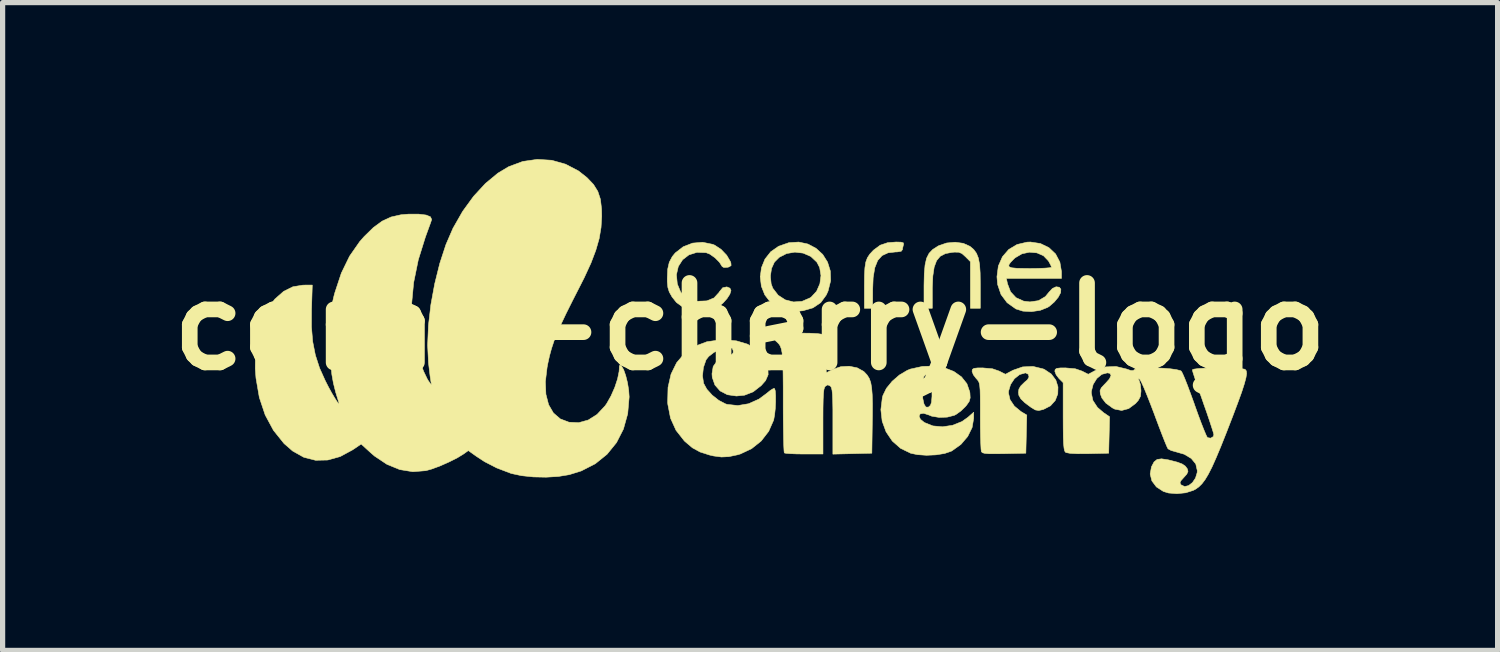
<source format=kicad_pcb>
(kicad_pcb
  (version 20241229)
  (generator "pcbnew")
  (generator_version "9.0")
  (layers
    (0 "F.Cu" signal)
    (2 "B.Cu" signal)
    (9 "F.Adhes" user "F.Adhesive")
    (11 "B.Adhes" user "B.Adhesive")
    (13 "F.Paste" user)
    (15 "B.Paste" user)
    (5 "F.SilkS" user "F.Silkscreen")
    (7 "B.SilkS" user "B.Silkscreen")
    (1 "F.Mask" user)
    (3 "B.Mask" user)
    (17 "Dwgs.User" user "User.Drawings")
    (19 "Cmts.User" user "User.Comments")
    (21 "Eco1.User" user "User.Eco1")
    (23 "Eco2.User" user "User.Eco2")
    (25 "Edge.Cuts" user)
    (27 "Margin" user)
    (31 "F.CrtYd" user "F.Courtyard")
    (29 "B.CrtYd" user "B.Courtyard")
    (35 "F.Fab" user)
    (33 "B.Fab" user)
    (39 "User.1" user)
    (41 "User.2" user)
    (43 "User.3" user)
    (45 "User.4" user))
  (footprint "corne-cherry-logo"
    (layer "F.Cu")
    (at 11.328 3.208)
    (property "Reference" "corne-cherry-logo" (at 0 0 0) (layer "F.SilkS") (effects (font (size 1.524 1.524) (thickness 0.3))))
    (attr through_hole)
    (fp_poly (pts (xy 2.894 -1.616) (xy 2.938 -1.603) (xy 2.943 -1.577) (xy 2.94 -1.569) (xy 2.923 -1.498) (xy 2.921 -1.474) (xy 2.897 -1.442) (xy 2.819 -1.429) (xy 2.792 -1.429) (xy 2.644 -1.412) (xy 2.53 -1.359) (xy 2.446 -1.265) (xy 2.39 -1.125) (xy 2.359 -0.934) (xy 2.35 -0.706) (xy 2.349 -0.349) (xy 2.191 -0.349) (xy 2.191 -0.779) (xy 2.193 -0.978) (xy 2.201 -1.125) (xy 2.218 -1.234) (xy 2.249 -1.317) (xy 2.295 -1.387) (xy 2.36 -1.457) (xy 2.37 -1.466) (xy 2.494 -1.558) (xy 2.636 -1.606) (xy 2.799 -1.619) (xy 2.894 -1.616)) (stroke (width 0.01) (type solid)) (fill yes) (layer "F.SilkS"))
    (fp_poly (pts (xy 4.086 -1.594) (xy 4.211 -1.538) (xy 4.215 -1.536) (xy 4.288 -1.474) (xy 4.34 -1.402) (xy 4.376 -1.311) (xy 4.399 -1.19) (xy 4.41 -1.026) (xy 4.413 -0.811) (xy 4.413 -0.802) (xy 4.413 -0.349) (xy 4.223 -0.349) (xy 4.223 -1.243) (xy 4.126 -1.34) (xy 4.061 -1.398) (xy 4 -1.423) (xy 3.917 -1.425) (xy 3.871 -1.421) (xy 3.743 -1.397) (xy 3.645 -1.346) (xy 3.575 -1.262) (xy 3.529 -1.139) (xy 3.503 -0.968) (xy 3.493 -0.744) (xy 3.493 -0.691) (xy 3.493 -0.349) (xy 3.334 -0.349) (xy 3.334 -0.786) (xy 3.339 -1.009) (xy 3.354 -1.179) (xy 3.383 -1.307) (xy 3.431 -1.402) (xy 3.501 -1.476) (xy 3.598 -1.538) (xy 3.62 -1.55) (xy 3.767 -1.6) (xy 3.93 -1.615) (xy 4.086 -1.594)) (stroke (width 0.01) (type solid)) (fill yes) (layer "F.SilkS"))
    (fp_poly (pts (xy 1.109 -1.58) (xy 1.264 -1.498) (xy 1.392 -1.381) (xy 1.485 -1.233) (xy 1.538 -1.063) (xy 1.544 -0.876) (xy 1.495 -0.68) (xy 1.46 -0.603) (xy 1.354 -0.457) (xy 1.205 -0.357) (xy 1.014 -0.302) (xy 0.908 -0.292) (xy 0.768 -0.291) (xy 0.666 -0.305) (xy 0.574 -0.338) (xy 0.546 -0.352) (xy 0.392 -0.462) (xy 0.282 -0.606) (xy 0.216 -0.772) (xy 0.195 -0.949) (xy 0.197 -0.964) (xy 0.389 -0.964) (xy 0.404 -0.817) (xy 0.435 -0.733) (xy 0.538 -0.599) (xy 0.675 -0.51) (xy 0.832 -0.47) (xy 0.994 -0.481) (xy 1.149 -0.548) (xy 1.172 -0.564) (xy 1.275 -0.675) (xy 1.338 -0.819) (xy 1.359 -0.976) (xy 1.334 -1.129) (xy 1.28 -1.233) (xy 1.164 -1.342) (xy 1.018 -1.406) (xy 0.859 -1.425) (xy 0.7 -1.398) (xy 0.559 -1.326) (xy 0.466 -1.233) (xy 0.411 -1.112) (xy 0.389 -0.964) (xy 0.197 -0.964) (xy 0.218 -1.126) (xy 0.285 -1.291) (xy 0.396 -1.432) (xy 0.546 -1.537) (xy 0.743 -1.606) (xy 0.933 -1.618) (xy 1.109 -1.58)) (stroke (width 0.01) (type solid)) (fill yes) (layer "F.SilkS"))
    (fp_poly (pts (xy -0.719 -1.575) (xy -0.679 -1.559) (xy -0.556 -1.478) (xy -0.448 -1.365) (xy -0.376 -1.241) (xy -0.368 -1.218) (xy -0.364 -1.167) (xy -0.405 -1.141) (xy -0.436 -1.134) (xy -0.503 -1.131) (xy -0.535 -1.149) (xy -0.588 -1.232) (xy -0.674 -1.318) (xy -0.772 -1.387) (xy -0.844 -1.415) (xy -1.019 -1.421) (xy -1.172 -1.373) (xy -1.293 -1.28) (xy -1.376 -1.15) (xy -1.412 -0.992) (xy -1.395 -0.814) (xy -1.395 -0.814) (xy -1.33 -0.658) (xy -1.226 -0.552) (xy -1.08 -0.494) (xy -1.006 -0.483) (xy -0.829 -0.491) (xy -0.692 -0.547) (xy -0.597 -0.65) (xy -0.587 -0.667) (xy -0.524 -0.743) (xy -0.445 -0.759) (xy -0.386 -0.734) (xy -0.366 -0.689) (xy -0.388 -0.619) (xy -0.442 -0.535) (xy -0.519 -0.449) (xy -0.609 -0.374) (xy -0.703 -0.322) (xy -0.709 -0.32) (xy -0.859 -0.288) (xy -1.032 -0.291) (xy -1.198 -0.327) (xy -1.266 -0.355) (xy -1.412 -0.461) (xy -1.496 -0.567) (xy -1.549 -0.661) (xy -1.576 -0.748) (xy -1.587 -0.859) (xy -1.587 -0.925) (xy -1.579 -1.1) (xy -1.549 -1.231) (xy -1.492 -1.339) (xy -1.435 -1.409) (xy -1.282 -1.528) (xy -1.102 -1.598) (xy -0.909 -1.614) (xy -0.719 -1.575)) (stroke (width 0.01) (type solid)) (fill yes) (layer "F.SilkS"))
    (fp_poly (pts (xy 5.565 -1.59) (xy 5.728 -1.511) (xy 5.856 -1.39) (xy 5.938 -1.234) (xy 5.969 -1.051) (xy 5.969 -1.046) (xy 5.969 -0.921) (xy 4.913 -0.921) (xy 4.934 -0.819) (xy 4.993 -0.665) (xy 5.098 -0.552) (xy 5.243 -0.486) (xy 5.364 -0.471) (xy 5.528 -0.495) (xy 5.66 -0.573) (xy 5.73 -0.658) (xy 5.795 -0.728) (xy 5.866 -0.761) (xy 5.928 -0.752) (xy 5.957 -0.715) (xy 5.953 -0.648) (xy 5.907 -0.561) (xy 5.832 -0.47) (xy 5.739 -0.389) (xy 5.702 -0.365) (xy 5.56 -0.309) (xy 5.394 -0.285) (xy 5.23 -0.294) (xy 5.096 -0.336) (xy 4.927 -0.456) (xy 4.81 -0.613) (xy 4.745 -0.804) (xy 4.732 -0.953) (xy 4.759 -1.16) (xy 4.768 -1.179) (xy 4.959 -1.179) (xy 4.964 -1.145) (xy 5.015 -1.125) (xy 5.116 -1.115) (xy 5.272 -1.112) (xy 5.366 -1.111) (xy 5.519 -1.113) (xy 5.647 -1.118) (xy 5.737 -1.125) (xy 5.777 -1.133) (xy 5.778 -1.135) (xy 5.763 -1.176) (xy 5.726 -1.245) (xy 5.717 -1.259) (xy 5.624 -1.356) (xy 5.498 -1.411) (xy 5.355 -1.424) (xy 5.211 -1.393) (xy 5.081 -1.317) (xy 5.06 -1.298) (xy 4.992 -1.228) (xy 4.959 -1.179) (xy 4.768 -1.179) (xy 4.837 -1.336) (xy 4.958 -1.476) (xy 5.117 -1.571) (xy 5.307 -1.616) (xy 5.373 -1.619) (xy 5.565 -1.59)) (stroke (width 0.01) (type solid)) (fill yes) (layer "F.SilkS"))
    (fp_poly (pts (xy 5.617 0.813) (xy 5.643 0.824) (xy 5.774 0.912) (xy 5.861 1.028) (xy 5.902 1.159) (xy 5.898 1.293) (xy 5.85 1.418) (xy 5.758 1.521) (xy 5.623 1.59) (xy 5.62 1.591) (xy 5.533 1.611) (xy 5.468 1.6) (xy 5.392 1.555) (xy 5.267 1.462) (xy 5.19 1.387) (xy 5.152 1.32) (xy 5.144 1.264) (xy 5.153 1.2) (xy 5.189 1.14) (xy 5.263 1.067) (xy 5.315 1.024) (xy 5.347 0.969) (xy 5.333 0.916) (xy 5.28 0.89) (xy 5.275 0.89) (xy 5.166 0.922) (xy 5.067 1.001) (xy 4.993 1.112) (xy 4.955 1.239) (xy 4.953 1.276) (xy 4.983 1.403) (xy 5.066 1.527) (xy 5.194 1.632) (xy 5.211 1.642) (xy 5.304 1.698) (xy 5.286 2.429) (xy 4.869 2.438) (xy 4.697 2.44) (xy 4.577 2.439) (xy 4.501 2.433) (xy 4.457 2.421) (xy 4.436 2.403) (xy 4.433 2.395) (xy 4.427 2.349) (xy 4.422 2.25) (xy 4.417 2.108) (xy 4.414 1.935) (xy 4.413 1.74) (xy 4.413 1.71) (xy 4.413 1.495) (xy 4.412 1.334) (xy 4.409 1.218) (xy 4.402 1.137) (xy 4.392 1.083) (xy 4.376 1.047) (xy 4.354 1.018) (xy 4.334 0.997) (xy 4.28 0.926) (xy 4.255 0.86) (xy 4.255 0.856) (xy 4.262 0.822) (xy 4.292 0.803) (xy 4.36 0.795) (xy 4.454 0.794) (xy 4.647 0.811) (xy 4.774 0.855) (xy 4.894 0.916) (xy 5.04 0.839) (xy 5.224 0.775) (xy 5.423 0.766) (xy 5.617 0.813)) (stroke (width 0.01) (type solid)) (fill yes) (layer "F.SilkS"))
    (fp_poly (pts (xy 3.726 0.792) (xy 3.905 0.862) (xy 4.051 0.965) (xy 4.156 1.097) (xy 4.211 1.255) (xy 4.214 1.277) (xy 4.219 1.369) (xy 4.2 1.437) (xy 4.149 1.51) (xy 4.124 1.539) (xy 4.039 1.621) (xy 3.948 1.686) (xy 3.915 1.703) (xy 3.778 1.738) (xy 3.623 1.743) (xy 3.481 1.719) (xy 3.425 1.696) (xy 3.326 1.664) (xy 3.261 1.675) (xy 3.239 1.717) (xy 3.265 1.779) (xy 3.341 1.841) (xy 3.504 1.906) (xy 3.69 1.923) (xy 3.881 1.894) (xy 4.06 1.823) (xy 4.175 1.742) (xy 4.286 1.644) (xy 4.286 1.76) (xy 4.256 1.937) (xy 4.171 2.109) (xy 4.041 2.261) (xy 3.872 2.382) (xy 3.858 2.39) (xy 3.73 2.434) (xy 3.564 2.461) (xy 3.382 2.469) (xy 3.208 2.457) (xy 3.079 2.43) (xy 2.885 2.336) (xy 2.726 2.196) (xy 2.607 2.02) (xy 2.532 1.816) (xy 2.507 1.595) (xy 2.535 1.366) (xy 2.547 1.321) (xy 2.598 1.217) (xy 3.302 1.217) (xy 3.31 1.377) (xy 3.334 1.488) (xy 3.37 1.545) (xy 3.419 1.546) (xy 3.458 1.511) (xy 3.478 1.451) (xy 3.487 1.339) (xy 3.486 1.221) (xy 3.478 1.088) (xy 3.463 1.004) (xy 3.44 0.957) (xy 3.42 0.94) (xy 3.367 0.925) (xy 3.331 0.96) (xy 3.31 1.049) (xy 3.303 1.196) (xy 3.302 1.217) (xy 2.598 1.217) (xy 2.613 1.186) (xy 2.724 1.05) (xy 2.863 0.93) (xy 3.013 0.841) (xy 3.075 0.816) (xy 3.303 0.766) (xy 3.522 0.759) (xy 3.726 0.792)) (stroke (width 0.01) (type solid)) (fill yes) (layer "F.SilkS"))
    (fp_poly (pts (xy 1.141 0.129) (xy 1.292 0.137) (xy 1.386 0.15) (xy 1.422 0.165) (xy 1.442 0.22) (xy 1.455 0.335) (xy 1.46 0.508) (xy 1.46 0.546) (xy 1.46 0.888) (xy 1.589 0.821) (xy 1.739 0.771) (xy 1.901 0.762) (xy 2.054 0.793) (xy 2.178 0.862) (xy 2.191 0.874) (xy 2.243 0.93) (xy 2.283 0.993) (xy 2.312 1.071) (xy 2.33 1.173) (xy 2.341 1.308) (xy 2.346 1.486) (xy 2.345 1.715) (xy 2.343 1.81) (xy 2.334 2.429) (xy 1.961 2.438) (xy 1.587 2.447) (xy 1.587 1.815) (xy 1.587 1.592) (xy 1.584 1.425) (xy 1.579 1.305) (xy 1.571 1.224) (xy 1.559 1.174) (xy 1.544 1.147) (xy 1.54 1.143) (xy 1.489 1.119) (xy 1.445 1.143) (xy 1.428 1.167) (xy 1.415 1.211) (xy 1.407 1.285) (xy 1.401 1.397) (xy 1.398 1.554) (xy 1.397 1.765) (xy 1.397 1.814) (xy 1.397 2.445) (xy 1.037 2.445) (xy 0.892 2.443) (xy 0.771 2.438) (xy 0.687 2.431) (xy 0.656 2.424) (xy 0.651 2.388) (xy 0.646 2.296) (xy 0.642 2.157) (xy 0.639 1.978) (xy 0.636 1.768) (xy 0.635 1.534) (xy 0.635 1.437) (xy 0.635 1.152) (xy 0.633 0.923) (xy 0.63 0.743) (xy 0.623 0.605) (xy 0.613 0.502) (xy 0.598 0.428) (xy 0.578 0.374) (xy 0.551 0.334) (xy 0.518 0.3) (xy 0.498 0.284) (xy 0.453 0.222) (xy 0.454 0.18) (xy 0.47 0.159) (xy 0.504 0.144) (xy 0.566 0.135) (xy 0.667 0.129) (xy 0.815 0.127) (xy 0.929 0.127) (xy 1.141 0.129)) (stroke (width 0.01) (type solid)) (fill yes) (layer "F.SilkS"))
    (fp_poly (pts (xy -0.26 0.276) (xy -0.049 0.339) (xy 0.122 0.439) (xy 0.248 0.574) (xy 0.289 0.647) (xy 0.342 0.8) (xy 0.346 0.925) (xy 0.297 1.037) (xy 0.214 1.132) (xy 0.059 1.253) (xy -0.105 1.317) (xy -0.262 1.333) (xy -0.435 1.308) (xy -0.575 1.235) (xy -0.674 1.122) (xy -0.725 0.976) (xy -0.73 0.906) (xy -0.707 0.767) (xy -0.634 0.664) (xy -0.509 0.592) (xy -0.446 0.572) (xy -0.362 0.544) (xy -0.326 0.511) (xy -0.323 0.467) (xy -0.341 0.419) (xy -0.388 0.404) (xy -0.442 0.406) (xy -0.566 0.435) (xy -0.691 0.496) (xy -0.794 0.575) (xy -0.844 0.639) (xy -0.895 0.787) (xy -0.912 0.947) (xy -0.891 1.09) (xy -0.829 1.203) (xy -0.725 1.318) (xy -0.599 1.417) (xy -0.47 1.484) (xy -0.442 1.493) (xy -0.236 1.516) (xy -0.028 1.481) (xy 0.172 1.391) (xy 0.315 1.285) (xy 0.39 1.224) (xy 0.447 1.19) (xy 0.469 1.189) (xy 0.483 1.235) (xy 0.489 1.327) (xy 0.489 1.445) (xy 0.483 1.574) (xy 0.47 1.694) (xy 0.453 1.788) (xy 0.451 1.796) (xy 0.357 2.009) (xy 0.213 2.195) (xy 0.028 2.343) (xy -0.187 2.444) (xy -0.241 2.46) (xy -0.407 2.495) (xy -0.548 2.502) (xy -0.699 2.482) (xy -0.778 2.464) (xy -0.959 2.406) (xy -1.105 2.326) (xy -1.246 2.207) (xy -1.263 2.19) (xy -1.42 1.99) (xy -1.525 1.758) (xy -1.577 1.49) (xy -1.58 1.455) (xy -1.573 1.168) (xy -1.515 0.913) (xy -1.408 0.695) (xy -1.256 0.516) (xy -1.062 0.381) (xy -0.829 0.293) (xy -0.561 0.255) (xy -0.503 0.254) (xy -0.26 0.276)) (stroke (width 0.01) (type solid)) (fill yes) (layer "F.SilkS"))
    (fp_poly (pts (xy -3.803 -3.186) (xy -3.537 -3.111) (xy -3.288 -2.981) (xy -3.126 -2.853) (xy -3.002 -2.723) (xy -2.919 -2.59) (xy -2.869 -2.439) (xy -2.847 -2.253) (xy -2.844 -2.111) (xy -2.857 -1.897) (xy -2.893 -1.684) (xy -2.957 -1.461) (xy -3.05 -1.216) (xy -3.178 -0.938) (xy -3.259 -0.778) (xy -3.406 -0.49) (xy -3.526 -0.25) (xy -3.622 -0.047) (xy -3.699 0.127) (xy -3.759 0.28) (xy -3.806 0.421) (xy -3.844 0.56) (xy -3.876 0.705) (xy -3.891 0.784) (xy -3.924 1.059) (xy -3.914 1.299) (xy -3.862 1.5) (xy -3.77 1.658) (xy -3.638 1.772) (xy -3.472 1.835) (xy -3.285 1.844) (xy -3.102 1.793) (xy -2.933 1.686) (xy -2.783 1.526) (xy -2.749 1.479) (xy -2.667 1.334) (xy -2.594 1.169) (xy -2.54 1.005) (xy -2.511 0.864) (xy -2.508 0.82) (xy -2.505 0.753) (xy -2.489 0.741) (xy -2.462 0.763) (xy -2.423 0.83) (xy -2.384 0.942) (xy -2.35 1.078) (xy -2.327 1.221) (xy -2.318 1.35) (xy -2.346 1.673) (xy -2.428 1.967) (xy -2.561 2.227) (xy -2.742 2.45) (xy -2.968 2.632) (xy -3.236 2.769) (xy -3.468 2.841) (xy -3.675 2.875) (xy -3.91 2.889) (xy -4.153 2.884) (xy -4.381 2.86) (xy -4.572 2.819) (xy -4.588 2.814) (xy -4.856 2.712) (xy -5.089 2.592) (xy -5.248 2.488) (xy -5.401 2.379) (xy -5.49 2.443) (xy -5.614 2.519) (xy -5.774 2.599) (xy -5.946 2.675) (xy -6.107 2.734) (xy -6.215 2.764) (xy -6.465 2.784) (xy -6.716 2.743) (xy -6.962 2.642) (xy -7.199 2.484) (xy -7.275 2.418) (xy -7.455 2.254) (xy -7.619 2.365) (xy -7.858 2.494) (xy -8.096 2.56) (xy -8.329 2.565) (xy -8.555 2.507) (xy -8.769 2.387) (xy -8.933 2.244) (xy -9.136 1.991) (xy -9.295 1.696) (xy -9.407 1.361) (xy -9.471 0.99) (xy -9.485 0.806) (xy -9.481 0.444) (xy -9.437 0.128) (xy -9.35 -0.146) (xy -9.221 -0.384) (xy -9.107 -0.527) (xy -8.94 -0.674) (xy -8.764 -0.761) (xy -8.569 -0.793) (xy -8.554 -0.793) (xy -8.392 -0.794) (xy -8.407 -0.319) (xy -8.408 0.008) (xy -8.384 0.291) (xy -8.333 0.549) (xy -8.252 0.798) (xy -8.144 1.038) (xy -8.082 1.16) (xy -8.019 1.275) (xy -7.961 1.372) (xy -7.915 1.444) (xy -7.886 1.482) (xy -7.879 1.475) (xy -7.882 1.46) (xy -7.943 1.262) (xy -7.987 1.087) (xy -8.017 0.92) (xy -8.035 0.743) (xy -8.044 0.539) (xy -8.046 0.291) (xy -8.046 0.254) (xy -8.045 0.038) (xy -8.041 -0.129) (xy -8.034 -0.26) (xy -8.021 -0.371) (xy -8.002 -0.475) (xy -7.976 -0.586) (xy -7.959 -0.649) (xy -7.835 -1.023) (xy -7.677 -1.348) (xy -7.481 -1.629) (xy -7.397 -1.724) (xy -7.22 -1.897) (xy -7.053 -2.019) (xy -6.883 -2.098) (xy -6.693 -2.141) (xy -6.54 -2.154) (xy -6.348 -2.153) (xy -6.209 -2.136) (xy -6.127 -2.102) (xy -6.104 -2.052) (xy -6.107 -2.039) (xy -6.125 -1.986) (xy -6.16 -1.89) (xy -6.204 -1.769) (xy -6.224 -1.714) (xy -6.36 -1.278) (xy -6.449 -0.842) (xy -6.489 -0.418) (xy -6.479 -0.017) (xy -6.474 0.028) (xy -6.442 0.234) (xy -6.392 0.453) (xy -6.329 0.667) (xy -6.259 0.858) (xy -6.187 1.008) (xy -6.17 1.036) (xy -6.128 1.096) (xy -6.108 1.115) (xy -6.109 1.103) (xy -6.119 1.05) (xy -6.134 0.949) (xy -6.15 0.816) (xy -6.164 0.7) (xy -6.181 0.358) (xy -6.165 -0.02) (xy -6.119 -0.417) (xy -6.045 -0.819) (xy -5.948 -1.209) (xy -5.83 -1.57) (xy -5.693 -1.887) (xy -5.691 -1.889) (xy -5.509 -2.208) (xy -5.3 -2.495) (xy -5.073 -2.741) (xy -4.834 -2.939) (xy -4.629 -3.062) (xy -4.358 -3.163) (xy -4.08 -3.203) (xy -3.803 -3.186)) (stroke (width 0.01) (type solid)) (fill yes) (layer "F.SilkS"))
    (fp_poly (pts (xy 7.21 0.814) (xy 7.297 0.844) (xy 7.345 0.845) (xy 7.365 0.827) (xy 7.408 0.809) (xy 7.498 0.798) (xy 7.623 0.793) (xy 7.767 0.794) (xy 7.916 0.8) (xy 8.056 0.811) (xy 8.171 0.827) (xy 8.247 0.846) (xy 8.266 0.857) (xy 8.29 0.901) (xy 8.331 0.995) (xy 8.384 1.129) (xy 8.445 1.293) (xy 8.512 1.477) (xy 8.522 1.507) (xy 8.588 1.691) (xy 8.649 1.855) (xy 8.702 1.989) (xy 8.742 2.083) (xy 8.766 2.129) (xy 8.769 2.131) (xy 8.829 2.141) (xy 8.878 2.111) (xy 8.89 2.077) (xy 8.88 2.034) (xy 8.851 1.942) (xy 8.808 1.81) (xy 8.753 1.648) (xy 8.689 1.467) (xy 8.684 1.451) (xy 8.62 1.268) (xy 8.564 1.106) (xy 8.519 0.972) (xy 8.489 0.878) (xy 8.477 0.832) (xy 8.477 0.831) (xy 8.507 0.818) (xy 8.587 0.807) (xy 8.705 0.8) (xy 8.847 0.795) (xy 9.001 0.793) (xy 9.154 0.794) (xy 9.292 0.799) (xy 9.404 0.807) (xy 9.476 0.818) (xy 9.491 0.824) (xy 9.512 0.852) (xy 9.518 0.903) (xy 9.505 0.984) (xy 9.474 1.1) (xy 9.423 1.258) (xy 9.349 1.462) (xy 9.253 1.717) (xy 9.129 2.037) (xy 9.023 2.303) (xy 8.932 2.52) (xy 8.854 2.695) (xy 8.784 2.832) (xy 8.721 2.937) (xy 8.661 3.016) (xy 8.601 3.075) (xy 8.539 3.119) (xy 8.495 3.142) (xy 8.35 3.188) (xy 8.182 3.205) (xy 8.02 3.192) (xy 7.922 3.162) (xy 7.788 3.075) (xy 7.702 2.96) (xy 7.669 2.828) (xy 7.694 2.69) (xy 7.696 2.686) (xy 7.743 2.597) (xy 7.802 2.549) (xy 7.887 2.537) (xy 8.013 2.556) (xy 8.042 2.563) (xy 8.187 2.6) (xy 8.283 2.636) (xy 8.344 2.678) (xy 8.382 2.73) (xy 8.394 2.778) (xy 8.371 2.83) (xy 8.316 2.892) (xy 8.257 2.958) (xy 8.24 2.999) (xy 8.259 3.033) (xy 8.263 3.037) (xy 8.33 3.068) (xy 8.406 3.05) (xy 8.48 2.992) (xy 8.538 2.906) (xy 8.57 2.801) (xy 8.572 2.761) (xy 8.543 2.635) (xy 8.457 2.53) (xy 8.322 2.449) (xy 8.155 2.401) (xy 8.07 2.377) (xy 8.013 2.346) (xy 8.009 2.341) (xy 7.989 2.3) (xy 7.951 2.21) (xy 7.899 2.078) (xy 7.837 1.916) (xy 7.768 1.732) (xy 7.75 1.683) (xy 7.678 1.494) (xy 7.611 1.324) (xy 7.553 1.182) (xy 7.506 1.078) (xy 7.476 1.021) (xy 7.472 1.016) (xy 7.439 0.987) (xy 7.442 1.006) (xy 7.458 1.038) (xy 7.481 1.114) (xy 7.492 1.216) (xy 7.493 1.239) (xy 7.483 1.338) (xy 7.442 1.416) (xy 7.388 1.477) (xy 7.257 1.574) (xy 7.123 1.61) (xy 6.99 1.584) (xy 6.944 1.56) (xy 6.819 1.468) (xy 6.744 1.372) (xy 6.714 1.293) (xy 6.708 1.231) (xy 6.732 1.176) (xy 6.797 1.106) (xy 6.807 1.097) (xy 6.888 1.007) (xy 6.919 0.939) (xy 6.899 0.899) (xy 6.849 0.889) (xy 6.741 0.918) (xy 6.646 0.997) (xy 6.576 1.11) (xy 6.542 1.243) (xy 6.541 1.276) (xy 6.571 1.418) (xy 6.658 1.551) (xy 6.774 1.651) (xy 6.891 1.73) (xy 6.874 2.429) (xy 6.481 2.438) (xy 6.278 2.439) (xy 6.136 2.432) (xy 6.058 2.417) (xy 6.045 2.41) (xy 6.029 2.385) (xy 6.018 2.333) (xy 6.009 2.247) (xy 6.004 2.12) (xy 6.002 1.943) (xy 6.001 1.725) (xy 6.001 1.077) (xy 5.921 0.997) (xy 5.867 0.926) (xy 5.842 0.86) (xy 5.842 0.856) (xy 5.849 0.822) (xy 5.88 0.803) (xy 5.948 0.795) (xy 6.042 0.794) (xy 6.234 0.811) (xy 6.362 0.855) (xy 6.482 0.916) (xy 6.627 0.839) (xy 6.814 0.775) (xy 7.014 0.767) (xy 7.21 0.814)) (stroke (width 0.01) (type solid)) (fill yes) (layer "F.SilkS")))
  (gr_rect
    (start -3 -3)
    (end 25.657 9.418)
    (stroke (width 0.1) (type default))
    (fill no)
    (layer "Edge.Cuts")))
</source>
